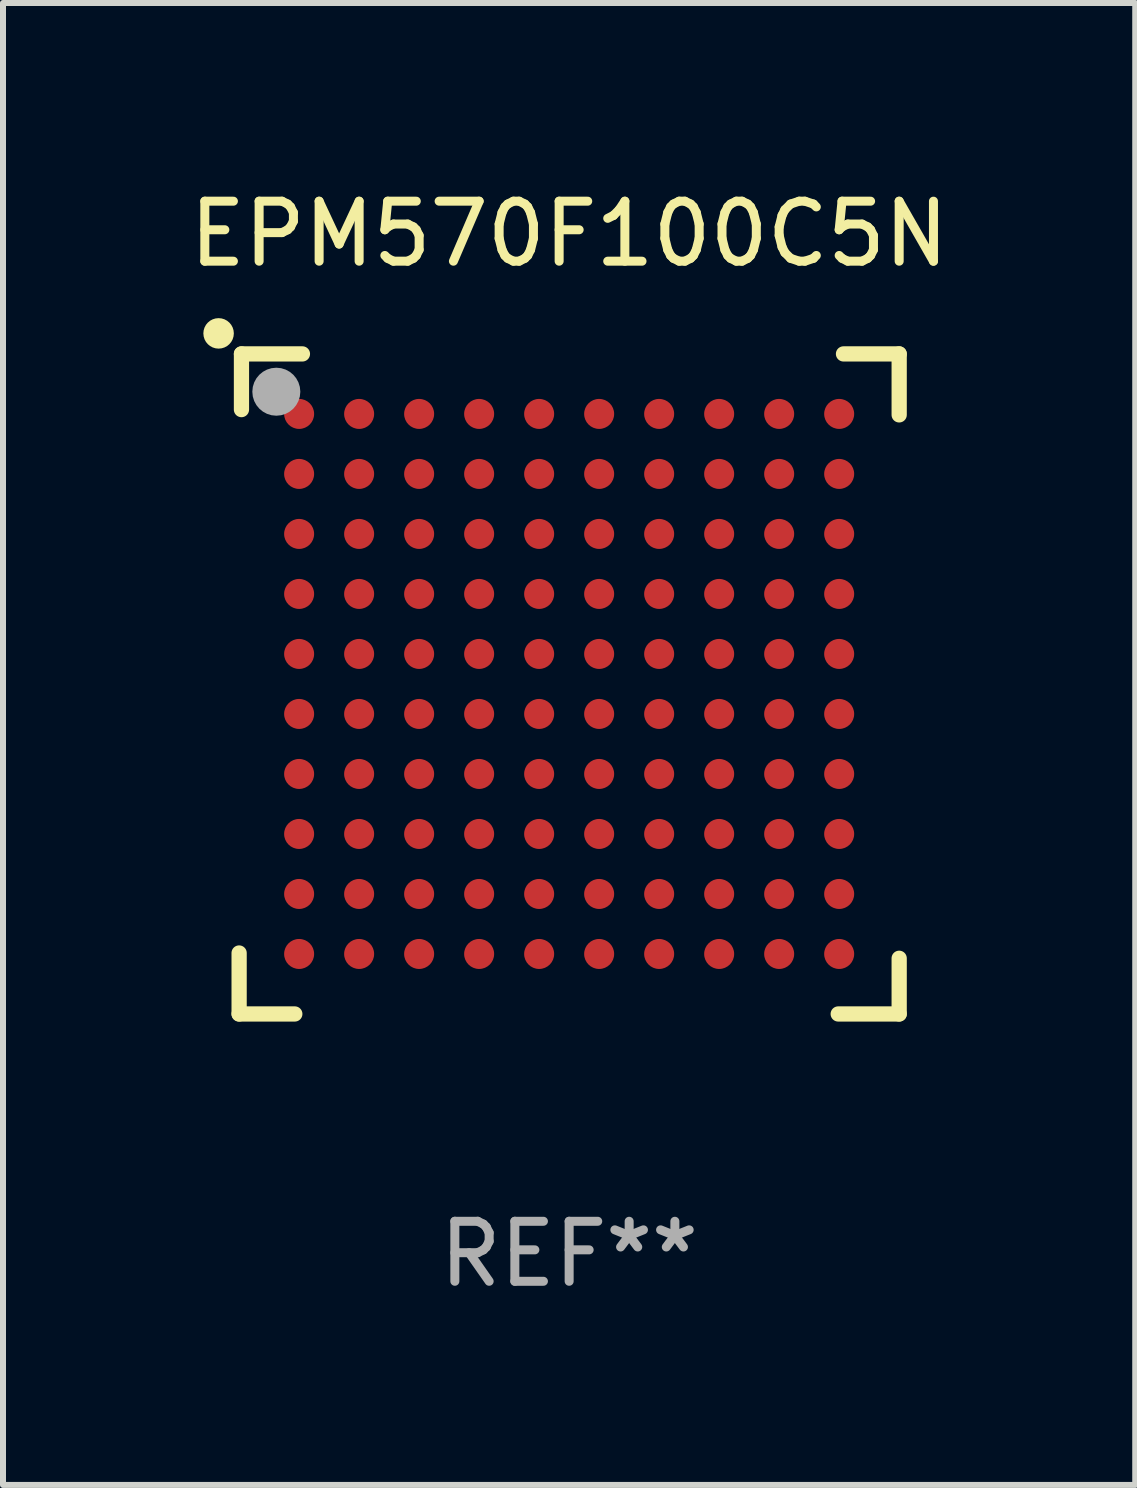
<source format=kicad_pcb>
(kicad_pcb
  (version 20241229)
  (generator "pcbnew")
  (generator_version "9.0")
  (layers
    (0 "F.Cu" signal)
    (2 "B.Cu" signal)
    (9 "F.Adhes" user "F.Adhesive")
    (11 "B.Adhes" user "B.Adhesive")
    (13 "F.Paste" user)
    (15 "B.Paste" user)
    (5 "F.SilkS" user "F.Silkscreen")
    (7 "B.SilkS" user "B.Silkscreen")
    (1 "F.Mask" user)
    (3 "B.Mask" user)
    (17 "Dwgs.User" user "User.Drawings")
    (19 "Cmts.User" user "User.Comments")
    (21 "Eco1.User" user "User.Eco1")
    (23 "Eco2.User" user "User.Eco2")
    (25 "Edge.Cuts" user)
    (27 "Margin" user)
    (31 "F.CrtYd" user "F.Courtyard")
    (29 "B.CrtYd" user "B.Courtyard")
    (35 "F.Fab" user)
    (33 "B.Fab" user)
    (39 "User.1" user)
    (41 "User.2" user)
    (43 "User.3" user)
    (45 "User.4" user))
  (footprint "EPM570F100C5N"
    (layer "F.Cu")
    (at 6.435 8.348)
    (property "Reference" "EPM570F100C5N" (at 0 -7.5 0) (layer "F.SilkS") (effects (font (size 1 1) (thickness 0.15))))
    (attr through_hole)
    (fp_line (start -5.5 5.5) (end -5.5 4.484) (stroke (width 0.254) (type solid)) (layer "F.SilkS"))
    (fp_line (start -5.461 -5.5) (end -4.445 -5.5) (stroke (width 0.254) (type solid)) (layer "F.SilkS"))
    (fp_line (start -5.461 -4.572) (end -5.461 -5.5) (stroke (width 0.254) (type solid)) (layer "F.SilkS"))
    (fp_line (start -4.572 5.5) (end -5.5 5.5) (stroke (width 0.254) (type solid)) (layer "F.SilkS"))
    (fp_line (start 4.572 -5.5) (end 5.5 -5.5) (stroke (width 0.254) (type solid)) (layer "F.SilkS"))
    (fp_line (start 5.5 -5.5) (end 5.5 -4.484) (stroke (width 0.254) (type solid)) (layer "F.SilkS"))
    (fp_line (start 5.5 4.572) (end 5.5 5.5) (stroke (width 0.254) (type solid)) (layer "F.SilkS"))
    (fp_line (start 5.5 5.5) (end 4.484 5.5) (stroke (width 0.254) (type solid)) (layer "F.SilkS"))
    (fp_circle (center -5.842 -5.842) (end -5.715 -5.842) (stroke (width 0.254) (type solid)) (fill no) (layer "F.SilkS"))
    (fp_circle (center -5.5 -5.5) (end -5.47 -5.5) (stroke (width 0.06) (type solid)) (fill no) (layer "F.SilkS"))
    (fp_circle (center -4.88 -4.87) (end -4.68 -4.87) (stroke (width 0.4) (type solid)) (fill no) (layer "F.Fab"))
    (fp_text user "REF**" (at 0 9.5 0) (layer "F.Fab") (effects (font (size 1 1) (thickness 0.15))))
    (pad "A1" smd circle (at -4.5 -4.5) (size 0.5 0.5) (layers "F.Cu" "F.Mask" "F.Paste"))
    (pad "A2" smd circle (at -3.5 -4.5) (size 0.5 0.5) (layers "F.Cu" "F.Mask" "F.Paste"))
    (pad "A3" smd circle (at -2.5 -4.5) (size 0.5 0.5) (layers "F.Cu" "F.Mask" "F.Paste"))
    (pad "A4" smd circle (at -1.5 -4.5) (size 0.5 0.5) (layers "F.Cu" "F.Mask" "F.Paste"))
    (pad "A5" smd circle (at -0.5 -4.5) (size 0.5 0.5) (layers "F.Cu" "F.Mask" "F.Paste"))
    (pad "A6" smd circle (at 0.5 -4.5) (size 0.5 0.5) (layers "F.Cu" "F.Mask" "F.Paste"))
    (pad "A7" smd circle (at 1.5 -4.5) (size 0.5 0.5) (layers "F.Cu" "F.Mask" "F.Paste"))
    (pad "A8" smd circle (at 2.5 -4.5) (size 0.5 0.5) (layers "F.Cu" "F.Mask" "F.Paste"))
    (pad "A9" smd circle (at 3.5 -4.5) (size 0.5 0.5) (layers "F.Cu" "F.Mask" "F.Paste"))
    (pad "A10" smd circle (at 4.5 -4.5) (size 0.5 0.5) (layers "F.Cu" "F.Mask" "F.Paste"))
    (pad "B1" smd circle (at -4.5 -3.5) (size 0.5 0.5) (layers "F.Cu" "F.Mask" "F.Paste"))
    (pad "B2" smd circle (at -3.5 -3.5) (size 0.5 0.5) (layers "F.Cu" "F.Mask" "F.Paste"))
    (pad "B3" smd circle (at -2.5 -3.5) (size 0.5 0.5) (layers "F.Cu" "F.Mask" "F.Paste"))
    (pad "B4" smd circle (at -1.5 -3.5) (size 0.5 0.5) (layers "F.Cu" "F.Mask" "F.Paste"))
    (pad "B5" smd circle (at -0.5 -3.5) (size 0.5 0.5) (layers "F.Cu" "F.Mask" "F.Paste"))
    (pad "B6" smd circle (at 0.5 -3.5) (size 0.5 0.5) (layers "F.Cu" "F.Mask" "F.Paste"))
    (pad "B7" smd circle (at 1.5 -3.5) (size 0.5 0.5) (layers "F.Cu" "F.Mask" "F.Paste"))
    (pad "B8" smd circle (at 2.5 -3.5) (size 0.5 0.5) (layers "F.Cu" "F.Mask" "F.Paste"))
    (pad "B9" smd circle (at 3.5 -3.5) (size 0.5 0.5) (layers "F.Cu" "F.Mask" "F.Paste"))
    (pad "B10" smd circle (at 4.5 -3.5) (size 0.5 0.5) (layers "F.Cu" "F.Mask" "F.Paste"))
    (pad "C1" smd circle (at -4.5 -2.5) (size 0.5 0.5) (layers "F.Cu" "F.Mask" "F.Paste"))
    (pad "C2" smd circle (at -3.5 -2.5) (size 0.5 0.5) (layers "F.Cu" "F.Mask" "F.Paste"))
    (pad "C3" smd circle (at -2.5 -2.5) (size 0.5 0.5) (layers "F.Cu" "F.Mask" "F.Paste"))
    (pad "C4" smd circle (at -1.5 -2.5) (size 0.5 0.5) (layers "F.Cu" "F.Mask" "F.Paste"))
    (pad "C5" smd circle (at -0.5 -2.5) (size 0.5 0.5) (layers "F.Cu" "F.Mask" "F.Paste"))
    (pad "C6" smd circle (at 0.5 -2.5) (size 0.5 0.5) (layers "F.Cu" "F.Mask" "F.Paste"))
    (pad "C7" smd circle (at 1.5 -2.5) (size 0.5 0.5) (layers "F.Cu" "F.Mask" "F.Paste"))
    (pad "C8" smd circle (at 2.5 -2.5) (size 0.5 0.5) (layers "F.Cu" "F.Mask" "F.Paste"))
    (pad "C9" smd circle (at 3.5 -2.5) (size 0.5 0.5) (layers "F.Cu" "F.Mask" "F.Paste"))
    (pad "C10" smd circle (at 4.5 -2.5) (size 0.5 0.5) (layers "F.Cu" "F.Mask" "F.Paste"))
    (pad "D1" smd circle (at -4.5 -1.5) (size 0.5 0.5) (layers "F.Cu" "F.Mask" "F.Paste"))
    (pad "D2" smd circle (at -3.5 -1.5) (size 0.5 0.5) (layers "F.Cu" "F.Mask" "F.Paste"))
    (pad "D3" smd circle (at -2.5 -1.5) (size 0.5 0.5) (layers "F.Cu" "F.Mask" "F.Paste"))
    (pad "D4" smd circle (at -1.5 -1.5) (size 0.5 0.5) (layers "F.Cu" "F.Mask" "F.Paste"))
    (pad "D5" smd circle (at -0.5 -1.5) (size 0.5 0.5) (layers "F.Cu" "F.Mask" "F.Paste"))
    (pad "D6" smd circle (at 0.5 -1.5) (size 0.5 0.5) (layers "F.Cu" "F.Mask" "F.Paste"))
    (pad "D7" smd circle (at 1.5 -1.5) (size 0.5 0.5) (layers "F.Cu" "F.Mask" "F.Paste"))
    (pad "D8" smd circle (at 2.5 -1.5) (size 0.5 0.5) (layers "F.Cu" "F.Mask" "F.Paste"))
    (pad "D9" smd circle (at 3.5 -1.5) (size 0.5 0.5) (layers "F.Cu" "F.Mask" "F.Paste"))
    (pad "D10" smd circle (at 4.5 -1.5) (size 0.5 0.5) (layers "F.Cu" "F.Mask" "F.Paste"))
    (pad "E1" smd circle (at -4.5 -0.5) (size 0.5 0.5) (layers "F.Cu" "F.Mask" "F.Paste"))
    (pad "E2" smd circle (at -3.5 -0.5) (size 0.5 0.5) (layers "F.Cu" "F.Mask" "F.Paste"))
    (pad "E3" smd circle (at -2.5 -0.5) (size 0.5 0.5) (layers "F.Cu" "F.Mask" "F.Paste"))
    (pad "E4" smd circle (at -1.5 -0.5) (size 0.5 0.5) (layers "F.Cu" "F.Mask" "F.Paste"))
    (pad "E5" smd circle (at -0.5 -0.5) (size 0.5 0.5) (layers "F.Cu" "F.Mask" "F.Paste"))
    (pad "E6" smd circle (at 0.5 -0.5) (size 0.5 0.5) (layers "F.Cu" "F.Mask" "F.Paste"))
    (pad "E7" smd circle (at 1.5 -0.5) (size 0.5 0.5) (layers "F.Cu" "F.Mask" "F.Paste"))
    (pad "E8" smd circle (at 2.5 -0.5) (size 0.5 0.5) (layers "F.Cu" "F.Mask" "F.Paste"))
    (pad "E9" smd circle (at 3.5 -0.5) (size 0.5 0.5) (layers "F.Cu" "F.Mask" "F.Paste"))
    (pad "E10" smd circle (at 4.5 -0.5) (size 0.5 0.5) (layers "F.Cu" "F.Mask" "F.Paste"))
    (pad "F1" smd circle (at -4.5 0.5) (size 0.5 0.5) (layers "F.Cu" "F.Mask" "F.Paste"))
    (pad "F2" smd circle (at -3.5 0.5) (size 0.5 0.5) (layers "F.Cu" "F.Mask" "F.Paste"))
    (pad "F3" smd circle (at -2.5 0.5) (size 0.5 0.5) (layers "F.Cu" "F.Mask" "F.Paste"))
    (pad "F4" smd circle (at -1.5 0.5) (size 0.5 0.5) (layers "F.Cu" "F.Mask" "F.Paste"))
    (pad "F5" smd circle (at -0.5 0.5) (size 0.5 0.5) (layers "F.Cu" "F.Mask" "F.Paste"))
    (pad "F6" smd circle (at 0.5 0.5) (size 0.5 0.5) (layers "F.Cu" "F.Mask" "F.Paste"))
    (pad "F7" smd circle (at 1.5 0.5) (size 0.5 0.5) (layers "F.Cu" "F.Mask" "F.Paste"))
    (pad "F8" smd circle (at 2.5 0.5) (size 0.5 0.5) (layers "F.Cu" "F.Mask" "F.Paste"))
    (pad "F9" smd circle (at 3.5 0.5) (size 0.5 0.5) (layers "F.Cu" "F.Mask" "F.Paste"))
    (pad "F10" smd circle (at 4.5 0.5) (size 0.5 0.5) (layers "F.Cu" "F.Mask" "F.Paste"))
    (pad "G1" smd circle (at -4.5 1.5) (size 0.5 0.5) (layers "F.Cu" "F.Mask" "F.Paste"))
    (pad "G2" smd circle (at -3.5 1.5) (size 0.5 0.5) (layers "F.Cu" "F.Mask" "F.Paste"))
    (pad "G3" smd circle (at -2.5 1.5) (size 0.5 0.5) (layers "F.Cu" "F.Mask" "F.Paste"))
    (pad "G4" smd circle (at -1.5 1.5) (size 0.5 0.5) (layers "F.Cu" "F.Mask" "F.Paste"))
    (pad "G5" smd circle (at -0.5 1.5) (size 0.5 0.5) (layers "F.Cu" "F.Mask" "F.Paste"))
    (pad "G6" smd circle (at 0.5 1.5) (size 0.5 0.5) (layers "F.Cu" "F.Mask" "F.Paste"))
    (pad "G7" smd circle (at 1.5 1.5) (size 0.5 0.5) (layers "F.Cu" "F.Mask" "F.Paste"))
    (pad "G8" smd circle (at 2.5 1.5) (size 0.5 0.5) (layers "F.Cu" "F.Mask" "F.Paste"))
    (pad "G9" smd circle (at 3.5 1.5) (size 0.5 0.5) (layers "F.Cu" "F.Mask" "F.Paste"))
    (pad "G10" smd circle (at 4.5 1.5) (size 0.5 0.5) (layers "F.Cu" "F.Mask" "F.Paste"))
    (pad "H1" smd circle (at -4.5 2.5) (size 0.5 0.5) (layers "F.Cu" "F.Mask" "F.Paste"))
    (pad "H2" smd circle (at -3.5 2.5) (size 0.5 0.5) (layers "F.Cu" "F.Mask" "F.Paste"))
    (pad "H3" smd circle (at -2.5 2.5) (size 0.5 0.5) (layers "F.Cu" "F.Mask" "F.Paste"))
    (pad "H4" smd circle (at -1.5 2.5) (size 0.5 0.5) (layers "F.Cu" "F.Mask" "F.Paste"))
    (pad "H5" smd circle (at -0.5 2.5) (size 0.5 0.5) (layers "F.Cu" "F.Mask" "F.Paste"))
    (pad "H6" smd circle (at 0.5 2.5) (size 0.5 0.5) (layers "F.Cu" "F.Mask" "F.Paste"))
    (pad "H7" smd circle (at 1.5 2.5) (size 0.5 0.5) (layers "F.Cu" "F.Mask" "F.Paste"))
    (pad "H8" smd circle (at 2.5 2.5) (size 0.5 0.5) (layers "F.Cu" "F.Mask" "F.Paste"))
    (pad "H9" smd circle (at 3.5 2.5) (size 0.5 0.5) (layers "F.Cu" "F.Mask" "F.Paste"))
    (pad "H10" smd circle (at 4.5 2.5) (size 0.5 0.5) (layers "F.Cu" "F.Mask" "F.Paste"))
    (pad "J1" smd circle (at -4.5 3.5) (size 0.5 0.5) (layers "F.Cu" "F.Mask" "F.Paste"))
    (pad "J2" smd circle (at -3.5 3.5) (size 0.5 0.5) (layers "F.Cu" "F.Mask" "F.Paste"))
    (pad "J3" smd circle (at -2.5 3.5) (size 0.5 0.5) (layers "F.Cu" "F.Mask" "F.Paste"))
    (pad "J4" smd circle (at -1.5 3.5) (size 0.5 0.5) (layers "F.Cu" "F.Mask" "F.Paste"))
    (pad "J5" smd circle (at -0.5 3.5) (size 0.5 0.5) (layers "F.Cu" "F.Mask" "F.Paste"))
    (pad "J6" smd circle (at 0.5 3.5) (size 0.5 0.5) (layers "F.Cu" "F.Mask" "F.Paste"))
    (pad "J7" smd circle (at 1.5 3.5) (size 0.5 0.5) (layers "F.Cu" "F.Mask" "F.Paste"))
    (pad "J8" smd circle (at 2.5 3.5) (size 0.5 0.5) (layers "F.Cu" "F.Mask" "F.Paste"))
    (pad "J9" smd circle (at 3.5 3.5) (size 0.5 0.5) (layers "F.Cu" "F.Mask" "F.Paste"))
    (pad "J10" smd circle (at 4.5 3.5) (size 0.5 0.5) (layers "F.Cu" "F.Mask" "F.Paste"))
    (pad "K1" smd circle (at -4.5 4.5) (size 0.5 0.5) (layers "F.Cu" "F.Mask" "F.Paste"))
    (pad "K2" smd circle (at -3.5 4.5) (size 0.5 0.5) (layers "F.Cu" "F.Mask" "F.Paste"))
    (pad "K3" smd circle (at -2.5 4.5) (size 0.5 0.5) (layers "F.Cu" "F.Mask" "F.Paste"))
    (pad "K4" smd circle (at -1.5 4.5) (size 0.5 0.5) (layers "F.Cu" "F.Mask" "F.Paste"))
    (pad "K5" smd circle (at -0.5 4.5) (size 0.5 0.5) (layers "F.Cu" "F.Mask" "F.Paste"))
    (pad "K6" smd circle (at 0.5 4.5) (size 0.5 0.5) (layers "F.Cu" "F.Mask" "F.Paste"))
    (pad "K7" smd circle (at 1.5 4.5) (size 0.5 0.5) (layers "F.Cu" "F.Mask" "F.Paste"))
    (pad "K8" smd circle (at 2.5 4.5) (size 0.5 0.5) (layers "F.Cu" "F.Mask" "F.Paste"))
    (pad "K9" smd circle (at 3.5 4.5) (size 0.5 0.5) (layers "F.Cu" "F.Mask" "F.Paste"))
    (pad "K10" smd circle (at 4.5 4.5) (size 0.5 0.5) (layers "F.Cu" "F.Mask" "F.Paste")))
  (gr_rect
    (start -3 -3)
    (end 15.869 21.697)
    (stroke (width 0.1) (type default))
    (fill no)
    (layer "Edge.Cuts")))
</source>
